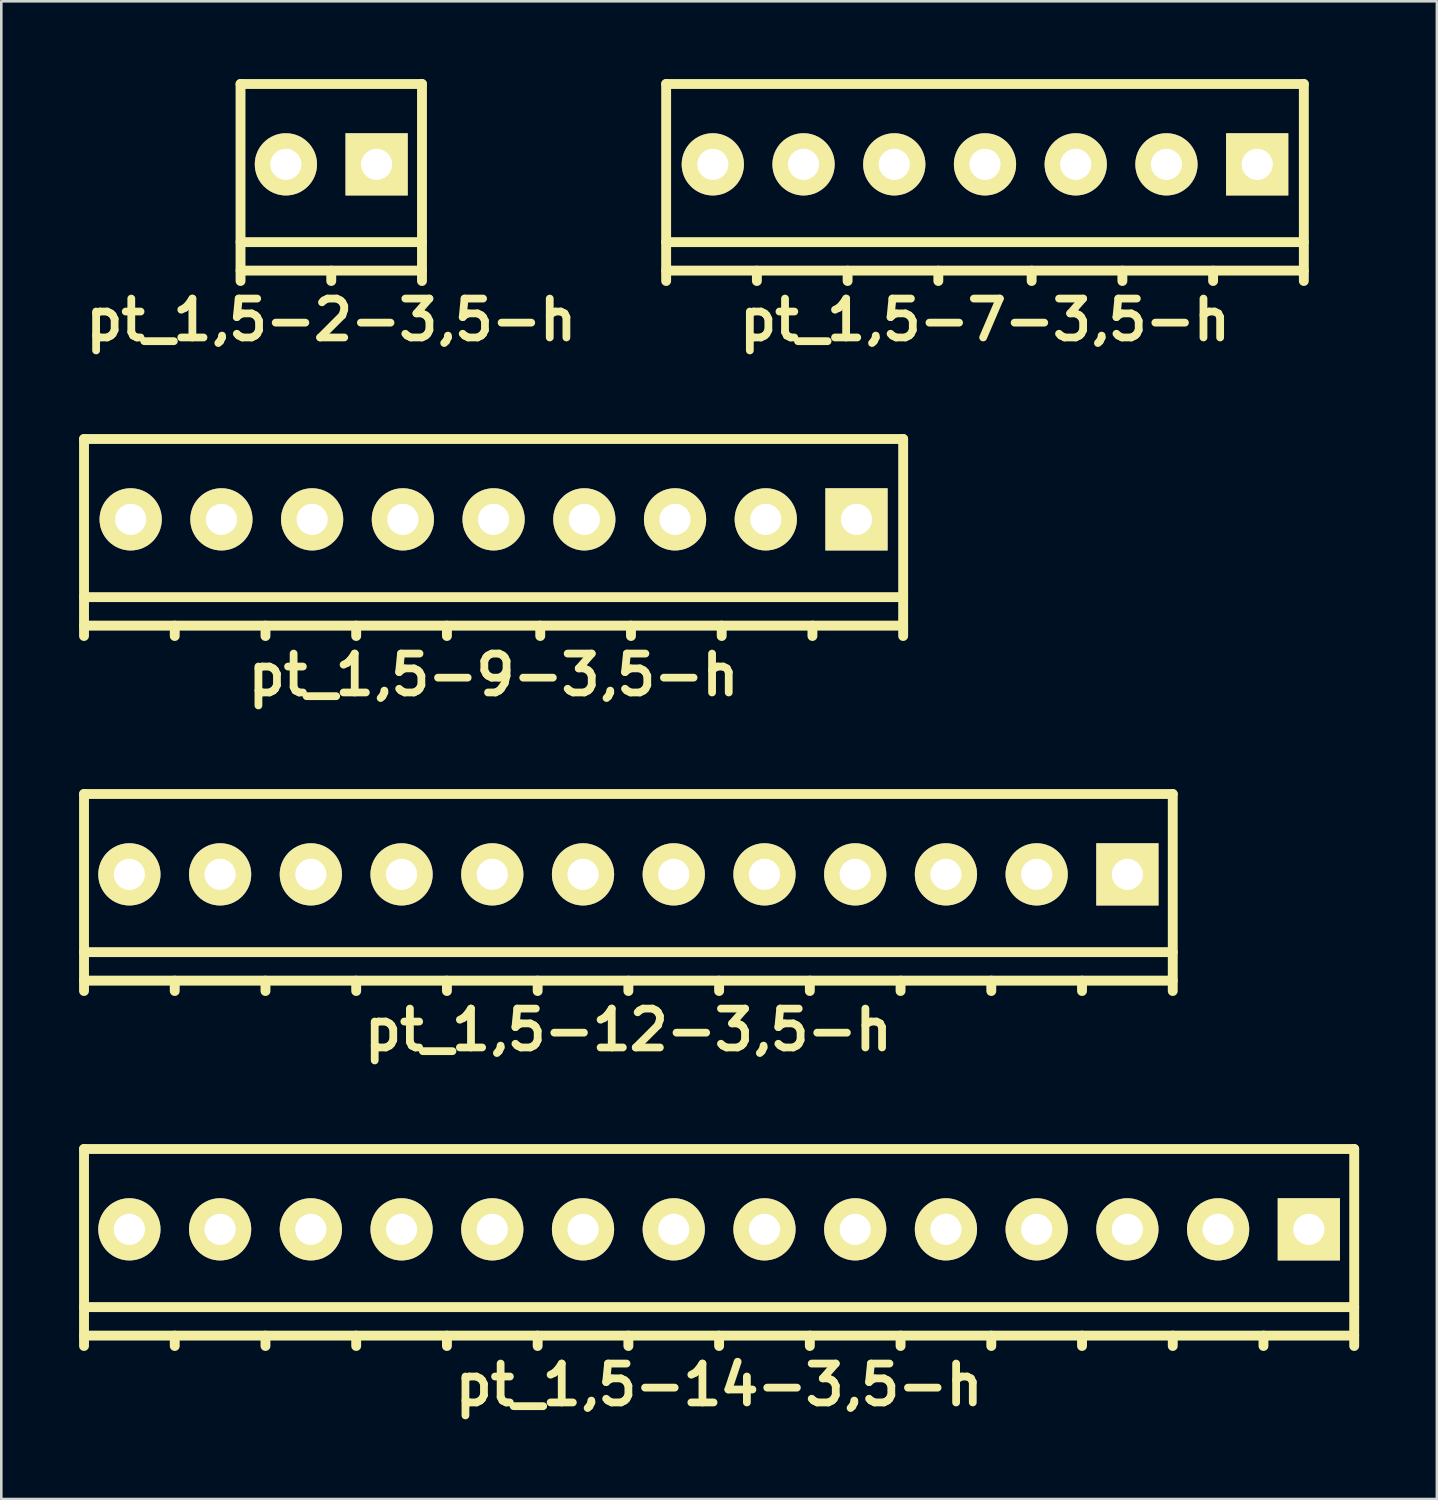
<source format=kicad_pcb>
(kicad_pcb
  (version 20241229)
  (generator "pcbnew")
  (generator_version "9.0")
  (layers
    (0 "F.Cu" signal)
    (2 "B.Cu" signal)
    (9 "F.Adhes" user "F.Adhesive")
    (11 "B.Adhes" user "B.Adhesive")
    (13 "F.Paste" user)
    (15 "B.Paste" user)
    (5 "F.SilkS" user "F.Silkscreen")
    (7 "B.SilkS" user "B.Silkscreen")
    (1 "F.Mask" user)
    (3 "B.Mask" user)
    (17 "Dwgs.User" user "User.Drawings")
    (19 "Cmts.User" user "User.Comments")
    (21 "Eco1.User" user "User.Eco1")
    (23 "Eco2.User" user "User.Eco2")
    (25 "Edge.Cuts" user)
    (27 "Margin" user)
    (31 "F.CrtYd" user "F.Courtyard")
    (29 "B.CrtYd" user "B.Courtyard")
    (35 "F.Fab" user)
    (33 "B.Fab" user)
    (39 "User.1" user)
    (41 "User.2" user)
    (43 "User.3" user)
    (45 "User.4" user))
  (footprint "pt_1,5-2-3,5-h"
    (layer "F.Cu")
    (at 9.729 3.99)
    (property "Reference" "pt_1,5-2-3,5-h" (at 0 5.3 0) (layer "F.SilkS") (effects (font (size 1.5 1.5) (thickness 0.3))))
    (attr through_hole)
    (fp_line (start -3.5 -3.8) (end -3.5 3.8) (stroke (width 0.381) (type solid)) (layer "F.SilkS"))
    (fp_line (start -3.5 2.3) (end 3.5 2.3) (stroke (width 0.381) (type solid)) (layer "F.SilkS"))
    (fp_line (start -3.5 3.4) (end 3.5 3.4) (stroke (width 0.381) (type solid)) (layer "F.SilkS"))
    (fp_line (start 0 3.4) (end 0 3.8) (stroke (width 0.381) (type solid)) (layer "F.SilkS"))
    (fp_line (start 3.5 -3.8) (end -3.5 -3.8) (stroke (width 0.381) (type solid)) (layer "F.SilkS"))
    (fp_line (start 3.5 3.8) (end 3.5 -3.8) (stroke (width 0.381) (type solid)) (layer "F.SilkS"))
    (pad "1" thru_hole rect (at 1.75 -0.7) (size 2.4 2.4) (drill 1.2) (layers "*.Cu" "*.Mask" "F.SilkS"))
    (pad "2" thru_hole circle (at -1.75 -0.7) (size 2.4 2.4) (drill 1.2) (layers "*.Cu" "*.Mask" "F.SilkS")))
  (footprint "pt_1,5-12-3,5-h"
    (layer "F.Cu")
    (at 21.191 31.38)
    (property "Reference" "pt_1,5-12-3,5-h" (at 0 5.3 0) (layer "F.SilkS") (effects (font (size 1.5 1.5) (thickness 0.3))))
    (attr through_hole)
    (fp_line (start -21 -3.8) (end -21 3.8) (stroke (width 0.381) (type solid)) (layer "F.SilkS"))
    (fp_line (start -21 2.3) (end 21 2.3) (stroke (width 0.381) (type solid)) (layer "F.SilkS"))
    (fp_line (start -21 3.4) (end 21 3.4) (stroke (width 0.381) (type solid)) (layer "F.SilkS"))
    (fp_line (start -17.5 3.4) (end -17.5 3.8) (stroke (width 0.381) (type solid)) (layer "F.SilkS"))
    (fp_line (start -14 3.4) (end -14 3.8) (stroke (width 0.381) (type solid)) (layer "F.SilkS"))
    (fp_line (start -10.5 3.4) (end -10.5 3.8) (stroke (width 0.381) (type solid)) (layer "F.SilkS"))
    (fp_line (start -7 3.4) (end -7 3.8) (stroke (width 0.381) (type solid)) (layer "F.SilkS"))
    (fp_line (start -3.5 3.4) (end -3.5 3.8) (stroke (width 0.381) (type solid)) (layer "F.SilkS"))
    (fp_line (start 0 3.4) (end 0 3.8) (stroke (width 0.381) (type solid)) (layer "F.SilkS"))
    (fp_line (start 3.5 3.4) (end 3.5 3.8) (stroke (width 0.381) (type solid)) (layer "F.SilkS"))
    (fp_line (start 7 3.4) (end 7 3.8) (stroke (width 0.381) (type solid)) (layer "F.SilkS"))
    (fp_line (start 10.5 3.4) (end 10.5 3.8) (stroke (width 0.381) (type solid)) (layer "F.SilkS"))
    (fp_line (start 14 3.4) (end 14 3.8) (stroke (width 0.381) (type solid)) (layer "F.SilkS"))
    (fp_line (start 17.5 3.4) (end 17.5 3.8) (stroke (width 0.381) (type solid)) (layer "F.SilkS"))
    (fp_line (start 21 -3.8) (end -21 -3.8) (stroke (width 0.381) (type solid)) (layer "F.SilkS"))
    (fp_line (start 21 3.8) (end 21 -3.8) (stroke (width 0.381) (type solid)) (layer "F.SilkS"))
    (pad "1" thru_hole rect (at 19.25 -0.7) (size 2.4 2.4) (drill 1.2) (layers "*.Cu" "*.Mask" "F.SilkS"))
    (pad "2" thru_hole circle (at 15.75 -0.7) (size 2.4 2.4) (drill 1.2) (layers "*.Cu" "*.Mask" "F.SilkS"))
    (pad "3" thru_hole circle (at 12.25 -0.7) (size 2.4 2.4) (drill 1.2) (layers "*.Cu" "*.Mask" "F.SilkS"))
    (pad "4" thru_hole circle (at 8.75 -0.7) (size 2.4 2.4) (drill 1.2) (layers "*.Cu" "*.Mask" "F.SilkS"))
    (pad "5" thru_hole circle (at 5.25 -0.7) (size 2.4 2.4) (drill 1.2) (layers "*.Cu" "*.Mask" "F.SilkS"))
    (pad "6" thru_hole circle (at 1.75 -0.7) (size 2.4 2.4) (drill 1.2) (layers "*.Cu" "*.Mask" "F.SilkS"))
    (pad "7" thru_hole circle (at -1.75 -0.7) (size 2.4 2.4) (drill 1.2) (layers "*.Cu" "*.Mask" "F.SilkS"))
    (pad "8" thru_hole circle (at -5.25 -0.7) (size 2.4 2.4) (drill 1.2) (layers "*.Cu" "*.Mask" "F.SilkS"))
    (pad "9" thru_hole circle (at -8.75 -0.7) (size 2.4 2.4) (drill 1.2) (layers "*.Cu" "*.Mask" "F.SilkS"))
    (pad "10" thru_hole circle (at -12.25 -0.7) (size 2.4 2.4) (drill 1.2) (layers "*.Cu" "*.Mask" "F.SilkS"))
    (pad "11" thru_hole circle (at -15.75 -0.7) (size 2.4 2.4) (drill 1.2) (layers "*.Cu" "*.Mask" "F.SilkS"))
    (pad "12" thru_hole circle (at -19.25 -0.7) (size 2.4 2.4) (drill 1.2) (layers "*.Cu" "*.Mask" "F.SilkS")))
  (footprint "pt_1,5-9-3,5-h"
    (layer "F.Cu")
    (at 15.991 17.685)
    (property "Reference" "pt_1,5-9-3,5-h" (at 0 5.3 0) (layer "F.SilkS") (effects (font (size 1.5 1.5) (thickness 0.3))))
    (attr through_hole)
    (fp_line (start -15.8 -3.8) (end -15.8 3.8) (stroke (width 0.381) (type solid)) (layer "F.SilkS"))
    (fp_line (start -15.8 2.3) (end 15.8 2.3) (stroke (width 0.381) (type solid)) (layer "F.SilkS"))
    (fp_line (start -15.8 3.4) (end 15.8 3.4) (stroke (width 0.381) (type solid)) (layer "F.SilkS"))
    (fp_line (start -12.3 3.4) (end -12.3 3.8) (stroke (width 0.381) (type solid)) (layer "F.SilkS"))
    (fp_line (start -8.8 3.4) (end -8.8 3.8) (stroke (width 0.381) (type solid)) (layer "F.SilkS"))
    (fp_line (start -5.3 3.4) (end -5.3 3.8) (stroke (width 0.381) (type solid)) (layer "F.SilkS"))
    (fp_line (start -1.8 3.4) (end -1.8 3.8) (stroke (width 0.381) (type solid)) (layer "F.SilkS"))
    (fp_line (start 1.8 3.4) (end 1.8 3.8) (stroke (width 0.381) (type solid)) (layer "F.SilkS"))
    (fp_line (start 5.3 3.4) (end 5.3 3.8) (stroke (width 0.381) (type solid)) (layer "F.SilkS"))
    (fp_line (start 8.8 3.4) (end 8.8 3.8) (stroke (width 0.381) (type solid)) (layer "F.SilkS"))
    (fp_line (start 12.3 3.4) (end 12.3 3.8) (stroke (width 0.381) (type solid)) (layer "F.SilkS"))
    (fp_line (start 15.8 -3.8) (end -15.8 -3.8) (stroke (width 0.381) (type solid)) (layer "F.SilkS"))
    (fp_line (start 15.8 3.8) (end 15.8 -3.8) (stroke (width 0.381) (type solid)) (layer "F.SilkS"))
    (pad "1" thru_hole rect (at 14 -0.7) (size 2.4 2.4) (drill 1.2) (layers "*.Cu" "*.Mask" "F.SilkS"))
    (pad "2" thru_hole circle (at 10.5 -0.7) (size 2.4 2.4) (drill 1.2) (layers "*.Cu" "*.Mask" "F.SilkS"))
    (pad "3" thru_hole circle (at 7 -0.7) (size 2.4 2.4) (drill 1.2) (layers "*.Cu" "*.Mask" "F.SilkS"))
    (pad "4" thru_hole circle (at 3.5 -0.7) (size 2.4 2.4) (drill 1.2) (layers "*.Cu" "*.Mask" "F.SilkS"))
    (pad "5" thru_hole circle (at 0 -0.7) (size 2.4 2.4) (drill 1.2) (layers "*.Cu" "*.Mask" "F.SilkS"))
    (pad "6" thru_hole circle (at -3.5 -0.7) (size 2.4 2.4) (drill 1.2) (layers "*.Cu" "*.Mask" "F.SilkS"))
    (pad "7" thru_hole circle (at -7 -0.7) (size 2.4 2.4) (drill 1.2) (layers "*.Cu" "*.Mask" "F.SilkS"))
    (pad "8" thru_hole circle (at -10.5 -0.7) (size 2.4 2.4) (drill 1.2) (layers "*.Cu" "*.Mask" "F.SilkS"))
    (pad "9" thru_hole circle (at -14 -0.7) (size 2.4 2.4) (drill 1.2) (layers "*.Cu" "*.Mask" "F.SilkS")))
  (footprint "pt_1,5-14-3,5-h"
    (layer "F.Cu")
    (at 24.691 45.074)
    (property "Reference" "pt_1,5-14-3,5-h" (at 0 5.3 0) (layer "F.SilkS") (effects (font (size 1.5 1.5) (thickness 0.3))))
    (attr through_hole)
    (fp_line (start -24.5 -3.8) (end -24.5 3.8) (stroke (width 0.381) (type solid)) (layer "F.SilkS"))
    (fp_line (start -24.5 2.3) (end 24.5 2.3) (stroke (width 0.381) (type solid)) (layer "F.SilkS"))
    (fp_line (start -24.5 3.4) (end 24.5 3.4) (stroke (width 0.381) (type solid)) (layer "F.SilkS"))
    (fp_line (start -21 3.4) (end -21 3.8) (stroke (width 0.381) (type solid)) (layer "F.SilkS"))
    (fp_line (start -17.5 3.4) (end -17.5 3.8) (stroke (width 0.381) (type solid)) (layer "F.SilkS"))
    (fp_line (start -14 3.4) (end -14 3.8) (stroke (width 0.381) (type solid)) (layer "F.SilkS"))
    (fp_line (start -10.5 3.4) (end -10.5 3.8) (stroke (width 0.381) (type solid)) (layer "F.SilkS"))
    (fp_line (start -7 3.4) (end -7 3.8) (stroke (width 0.381) (type solid)) (layer "F.SilkS"))
    (fp_line (start -3.5 3.4) (end -3.5 3.8) (stroke (width 0.381) (type solid)) (layer "F.SilkS"))
    (fp_line (start 0 3.4) (end 0 3.8) (stroke (width 0.381) (type solid)) (layer "F.SilkS"))
    (fp_line (start 3.5 3.4) (end 3.5 3.8) (stroke (width 0.381) (type solid)) (layer "F.SilkS"))
    (fp_line (start 7 3.4) (end 7 3.8) (stroke (width 0.381) (type solid)) (layer "F.SilkS"))
    (fp_line (start 10.5 3.4) (end 10.5 3.8) (stroke (width 0.381) (type solid)) (layer "F.SilkS"))
    (fp_line (start 14 3.4) (end 14 3.8) (stroke (width 0.381) (type solid)) (layer "F.SilkS"))
    (fp_line (start 17.5 3.4) (end 17.5 3.8) (stroke (width 0.381) (type solid)) (layer "F.SilkS"))
    (fp_line (start 21 3.4) (end 21 3.8) (stroke (width 0.381) (type solid)) (layer "F.SilkS"))
    (fp_line (start 24.5 -3.8) (end -24.5 -3.8) (stroke (width 0.381) (type solid)) (layer "F.SilkS"))
    (fp_line (start 24.5 3.8) (end 24.5 -3.8) (stroke (width 0.381) (type solid)) (layer "F.SilkS"))
    (pad "1" thru_hole rect (at 22.75 -0.7) (size 2.4 2.4) (drill 1.2) (layers "*.Cu" "*.Mask" "F.SilkS"))
    (pad "2" thru_hole circle (at 19.25 -0.7) (size 2.4 2.4) (drill 1.2) (layers "*.Cu" "*.Mask" "F.SilkS"))
    (pad "3" thru_hole circle (at 15.75 -0.7) (size 2.4 2.4) (drill 1.2) (layers "*.Cu" "*.Mask" "F.SilkS"))
    (pad "4" thru_hole circle (at 12.25 -0.7) (size 2.4 2.4) (drill 1.2) (layers "*.Cu" "*.Mask" "F.SilkS"))
    (pad "5" thru_hole circle (at 8.75 -0.7) (size 2.4 2.4) (drill 1.2) (layers "*.Cu" "*.Mask" "F.SilkS"))
    (pad "6" thru_hole circle (at 5.25 -0.7) (size 2.4 2.4) (drill 1.2) (layers "*.Cu" "*.Mask" "F.SilkS"))
    (pad "7" thru_hole circle (at 1.75 -0.7) (size 2.4 2.4) (drill 1.2) (layers "*.Cu" "*.Mask" "F.SilkS"))
    (pad "8" thru_hole circle (at -1.75 -0.7) (size 2.4 2.4) (drill 1.2) (layers "*.Cu" "*.Mask" "F.SilkS"))
    (pad "9" thru_hole circle (at -5.25 -0.7) (size 2.4 2.4) (drill 1.2) (layers "*.Cu" "*.Mask" "F.SilkS"))
    (pad "10" thru_hole circle (at -8.75 -0.7) (size 2.4 2.4) (drill 1.2) (layers "*.Cu" "*.Mask" "F.SilkS"))
    (pad "11" thru_hole circle (at -12.25 -0.7) (size 2.4 2.4) (drill 1.2) (layers "*.Cu" "*.Mask" "F.SilkS"))
    (pad "12" thru_hole circle (at -15.75 -0.7) (size 2.4 2.4) (drill 1.2) (layers "*.Cu" "*.Mask" "F.SilkS"))
    (pad "13" thru_hole circle (at -19.25 -0.7) (size 2.4 2.4) (drill 1.2) (layers "*.Cu" "*.Mask" "F.SilkS"))
    (pad "14" thru_hole circle (at -22.75 -0.7) (size 2.4 2.4) (drill 1.2) (layers "*.Cu" "*.Mask" "F.SilkS")))
  (footprint "pt_1,5-7-3,5-h"
    (layer "F.Cu")
    (at 34.948 3.99)
    (property "Reference" "pt_1,5-7-3,5-h" (at 0 5.3 0) (layer "F.SilkS") (effects (font (size 1.5 1.5) (thickness 0.3))))
    (attr through_hole)
    (fp_line (start -12.3 -3.8) (end -12.3 3.8) (stroke (width 0.381) (type solid)) (layer "F.SilkS"))
    (fp_line (start -12.3 2.3) (end 12.3 2.3) (stroke (width 0.381) (type solid)) (layer "F.SilkS"))
    (fp_line (start -12.3 3.4) (end 12.3 3.4) (stroke (width 0.381) (type solid)) (layer "F.SilkS"))
    (fp_line (start -8.8 3.4) (end -8.8 3.8) (stroke (width 0.381) (type solid)) (layer "F.SilkS"))
    (fp_line (start -5.3 3.4) (end -5.3 3.8) (stroke (width 0.381) (type solid)) (layer "F.SilkS"))
    (fp_line (start -1.8 3.4) (end -1.8 3.8) (stroke (width 0.381) (type solid)) (layer "F.SilkS"))
    (fp_line (start 1.8 3.4) (end 1.8 3.8) (stroke (width 0.381) (type solid)) (layer "F.SilkS"))
    (fp_line (start 5.3 3.4) (end 5.3 3.8) (stroke (width 0.381) (type solid)) (layer "F.SilkS"))
    (fp_line (start 8.8 3.4) (end 8.8 3.8) (stroke (width 0.381) (type solid)) (layer "F.SilkS"))
    (fp_line (start 12.3 -3.8) (end -12.3 -3.8) (stroke (width 0.381) (type solid)) (layer "F.SilkS"))
    (fp_line (start 12.3 3.8) (end 12.3 -3.8) (stroke (width 0.381) (type solid)) (layer "F.SilkS"))
    (pad "1" thru_hole rect (at 10.5 -0.7) (size 2.4 2.4) (drill 1.2) (layers "*.Cu" "*.Mask" "F.SilkS"))
    (pad "2" thru_hole circle (at 7 -0.7) (size 2.4 2.4) (drill 1.2) (layers "*.Cu" "*.Mask" "F.SilkS"))
    (pad "3" thru_hole circle (at 3.5 -0.7) (size 2.4 2.4) (drill 1.2) (layers "*.Cu" "*.Mask" "F.SilkS"))
    (pad "4" thru_hole circle (at 0 -0.7) (size 2.4 2.4) (drill 1.2) (layers "*.Cu" "*.Mask" "F.SilkS"))
    (pad "5" thru_hole circle (at -3.5 -0.7) (size 2.4 2.4) (drill 1.2) (layers "*.Cu" "*.Mask" "F.SilkS"))
    (pad "6" thru_hole circle (at -7 -0.7) (size 2.4 2.4) (drill 1.2) (layers "*.Cu" "*.Mask" "F.SilkS"))
    (pad "7" thru_hole circle (at -10.5 -0.7) (size 2.4 2.4) (drill 1.2) (layers "*.Cu" "*.Mask" "F.SilkS")))
  (gr_rect
    (start -3 -3)
    (end 52.381 54.778)
    (stroke (width 0.1) (type default))
    (fill no)
    (layer "Edge.Cuts")))
</source>
